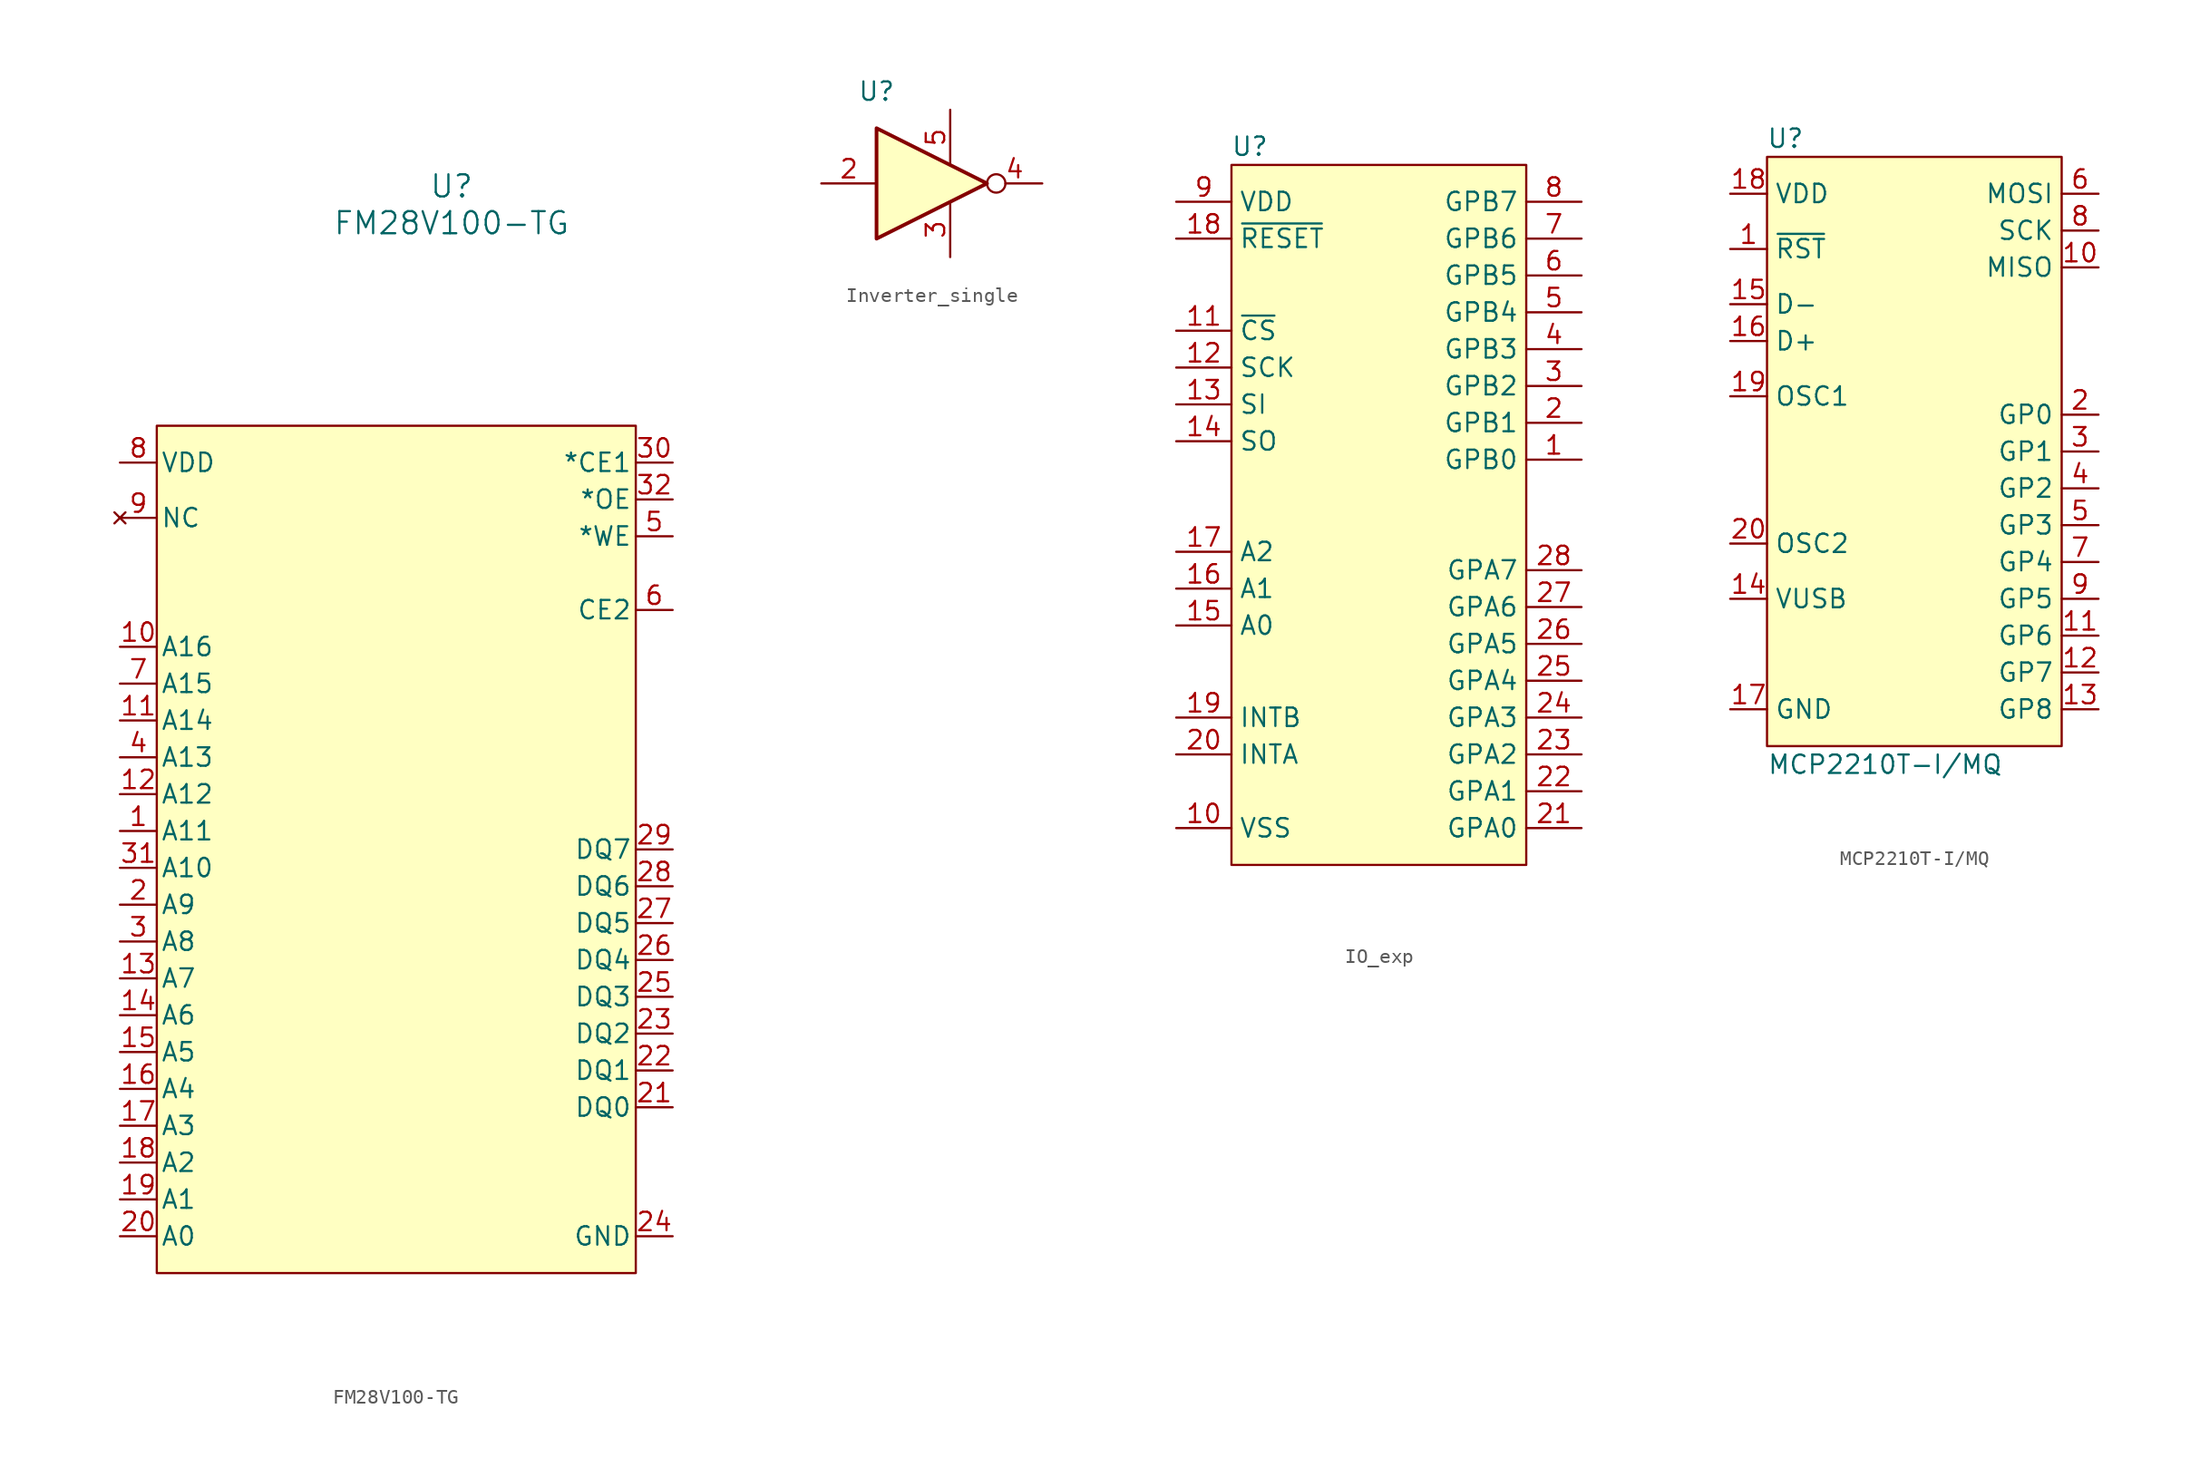
<source format=kicad_sym>
(kicad_symbol_lib
  (version 20220914)
  (generator kicad_symbol_editor)
  (symbol "FM28V100-TG"
    (pin_names
      (offset 0.254))
    (property "Reference" "U"
      (at 20.32 74.93 0)
      (effects (font (size 1.524 1.524))))
    (property "Value" "FM28V100-TG"
      (at 20.32 72.39 0)
      (effects (font (size 1.524 1.524))))
    (property "ki_locked" ""
      (at 0 0 0)
      (effects (font (size 1.27 1.27))))
    (symbol "FM28V100-TG_1_1"
      (rectangle (start 0 58.42) (end 33.02 0) (stroke (width 0) (type default)) (fill (type background)))
      (pin input line (at -2.54 30.48 0) (length 2.54) (name "A11" (effects (font (size 1.27 1.27)))) (number "1" (effects (font (size 1.27 1.27)))))
      (pin input line (at -2.54 43.18 0) (length 2.54) (name "A16" (effects (font (size 1.27 1.27)))) (number "10" (effects (font (size 1.27 1.27)))))
      (pin input line (at -2.54 38.1 0) (length 2.54) (name "A14" (effects (font (size 1.27 1.27)))) (number "11" (effects (font (size 1.27 1.27)))))
      (pin input line (at -2.54 33.02 0) (length 2.54) (name "A12" (effects (font (size 1.27 1.27)))) (number "12" (effects (font (size 1.27 1.27)))))
      (pin input line (at -2.54 20.32 0) (length 2.54) (name "A7" (effects (font (size 1.27 1.27)))) (number "13" (effects (font (size 1.27 1.27)))))
      (pin input line (at -2.54 17.78 0) (length 2.54) (name "A6" (effects (font (size 1.27 1.27)))) (number "14" (effects (font (size 1.27 1.27)))))
      (pin input line (at -2.54 15.24 0) (length 2.54) (name "A5" (effects (font (size 1.27 1.27)))) (number "15" (effects (font (size 1.27 1.27)))))
      (pin input line (at -2.54 12.7 0) (length 2.54) (name "A4" (effects (font (size 1.27 1.27)))) (number "16" (effects (font (size 1.27 1.27)))))
      (pin input line (at -2.54 10.16 0) (length 2.54) (name "A3" (effects (font (size 1.27 1.27)))) (number "17" (effects (font (size 1.27 1.27)))))
      (pin input line (at -2.54 7.62 0) (length 2.54) (name "A2" (effects (font (size 1.27 1.27)))) (number "18" (effects (font (size 1.27 1.27)))))
      (pin input line (at -2.54 5.08 0) (length 2.54) (name "A1" (effects (font (size 1.27 1.27)))) (number "19" (effects (font (size 1.27 1.27)))))
      (pin input line (at -2.54 25.4 0) (length 2.54) (name "A9" (effects (font (size 1.27 1.27)))) (number "2" (effects (font (size 1.27 1.27)))))
      (pin input line (at -2.54 2.54 0) (length 2.54) (name "A0" (effects (font (size 1.27 1.27)))) (number "20" (effects (font (size 1.27 1.27)))))
      (pin bidirectional line (at 35.56 11.43 180) (length 2.54) (name "DQ0" (effects (font (size 1.27 1.27)))) (number "21" (effects (font (size 1.27 1.27)))))
      (pin bidirectional line (at 35.56 13.97 180) (length 2.54) (name "DQ1" (effects (font (size 1.27 1.27)))) (number "22" (effects (font (size 1.27 1.27)))))
      (pin bidirectional line (at 35.56 16.51 180) (length 2.54) (name "DQ2" (effects (font (size 1.27 1.27)))) (number "23" (effects (font (size 1.27 1.27)))))
      (pin power_in line (at 35.56 2.54 180) (length 2.54) (name "GND" (effects (font (size 1.27 1.27)))) (number "24" (effects (font (size 1.27 1.27)))))
      (pin bidirectional line (at 35.56 19.05 180) (length 2.54) (name "DQ3" (effects (font (size 1.27 1.27)))) (number "25" (effects (font (size 1.27 1.27)))))
      (pin bidirectional line (at 35.56 21.59 180) (length 2.54) (name "DQ4" (effects (font (size 1.27 1.27)))) (number "26" (effects (font (size 1.27 1.27)))))
      (pin bidirectional line (at 35.56 24.13 180) (length 2.54) (name "DQ5" (effects (font (size 1.27 1.27)))) (number "27" (effects (font (size 1.27 1.27)))))
      (pin bidirectional line (at 35.56 26.67 180) (length 2.54) (name "DQ6" (effects (font (size 1.27 1.27)))) (number "28" (effects (font (size 1.27 1.27)))))
      (pin bidirectional line (at 35.56 29.21 180) (length 2.54) (name "DQ7" (effects (font (size 1.27 1.27)))) (number "29" (effects (font (size 1.27 1.27)))))
      (pin input line (at -2.54 22.86 0) (length 2.54) (name "A8" (effects (font (size 1.27 1.27)))) (number "3" (effects (font (size 1.27 1.27)))))
      (pin input line (at 35.56 55.88 180) (length 2.54) (name "*CE1" (effects (font (size 1.27 1.27)))) (number "30" (effects (font (size 1.27 1.27)))))
      (pin input line (at -2.54 27.94 0) (length 2.54) (name "A10" (effects (font (size 1.27 1.27)))) (number "31" (effects (font (size 1.27 1.27)))))
      (pin input line (at 35.56 53.34 180) (length 2.54) (name "*OE" (effects (font (size 1.27 1.27)))) (number "32" (effects (font (size 1.27 1.27)))))
      (pin input line (at -2.54 35.56 0) (length 2.54) (name "A13" (effects (font (size 1.27 1.27)))) (number "4" (effects (font (size 1.27 1.27)))))
      (pin input line (at 35.56 50.8 180) (length 2.54) (name "*WE" (effects (font (size 1.27 1.27)))) (number "5" (effects (font (size 1.27 1.27)))))
      (pin input line (at 35.56 45.72 180) (length 2.54) (name "CE2" (effects (font (size 1.27 1.27)))) (number "6" (effects (font (size 1.27 1.27)))))
      (pin input line (at -2.54 40.64 0) (length 2.54) (name "A15" (effects (font (size 1.27 1.27)))) (number "7" (effects (font (size 1.27 1.27)))))
      (pin power_in line (at -2.54 55.88 0) (length 2.54) (name "VDD" (effects (font (size 1.27 1.27)))) (number "8" (effects (font (size 1.27 1.27)))))
      (pin no_connect line (at -2.54 52.07 0) (length 2.54) (name "NC" (effects (font (size 1.27 1.27)))) (number "9" (effects (font (size 1.27 1.27)))))))
  (symbol "Inverter_single"
    (property "Reference" "U"
      (at 3.81 6.35 0)
      (effects (font (size 1.27 1.27))))
    (property "Value" ""
      (at 0 0 0)
      (effects (font (size 1.27 1.27))))
    (symbol "Inverter_single_1_0"
      (polyline (pts (xy 3.81 3.81) (xy 3.81 -3.81) (xy 11.43 0) (xy 3.81 3.81)) (stroke (width 0.254) (type default)) (fill (type background)))
      (pin no_connect line (at 6.35 6.35 270) (length 3.81) hide (name "~" (effects (font (size 1.27 1.27)))) (number "1" (effects (font (size 1.27 1.27)))))
      (pin input line (at 0 0 0) (length 3.81) (name "~" (effects (font (size 1.27 1.27)))) (number "2" (effects (font (size 1.27 1.27)))))
      (pin input line (at 8.89 -5.08 90) (length 3.81) (name "~" (effects (font (size 1.27 1.27)))) (number "3" (effects (font (size 1.27 1.27)))))
      (pin output inverted (at 15.24 0 180) (length 3.81) (name "~" (effects (font (size 1.27 1.27)))) (number "4" (effects (font (size 1.27 1.27)))))
      (pin input line (at 8.89 5.08 270) (length 3.81) (name "~" (effects (font (size 1.27 1.27)))) (number "5" (effects (font (size 1.27 1.27)))))))
  (symbol "IO_exp"
    (property "Reference" "U"
      (at 1.27 49.53 0)
      (effects (font (size 1.27 1.27))))
    (property "Value" ""
      (at 0 0 0)
      (effects (font (size 1.27 1.27))))
    (symbol "IO_exp_1_1"
      (rectangle (start 0 48.26) (end 20.32 0) (stroke (width 0) (type default)) (fill (type background)))
      (pin bidirectional line (at 24.13 27.94 180) (length 3.81) (name "GPB0" (effects (font (size 1.27 1.27)))) (number "1" (effects (font (size 1.27 1.27)))))
      (pin power_out line (at -3.81 2.54 0) (length 3.81) (name "VSS" (effects (font (size 1.27 1.27)))) (number "10" (effects (font (size 1.27 1.27)))))
      (pin input line (at -3.81 36.83 0) (length 3.81) (name "~{CS}" (effects (font (size 1.27 1.27)))) (number "11" (effects (font (size 1.27 1.27)))))
      (pin input line (at -3.81 34.29 0) (length 3.81) (name "SCK" (effects (font (size 1.27 1.27)))) (number "12" (effects (font (size 1.27 1.27)))))
      (pin input line (at -3.81 31.75 0) (length 3.81) (name "SI" (effects (font (size 1.27 1.27)))) (number "13" (effects (font (size 1.27 1.27)))))
      (pin output line (at -3.81 29.21 0) (length 3.81) (name "SO" (effects (font (size 1.27 1.27)))) (number "14" (effects (font (size 1.27 1.27)))))
      (pin input line (at -3.81 16.51 0) (length 3.81) (name "A0" (effects (font (size 1.27 1.27)))) (number "15" (effects (font (size 1.27 1.27)))))
      (pin input line (at -3.81 19.05 0) (length 3.81) (name "A1" (effects (font (size 1.27 1.27)))) (number "16" (effects (font (size 1.27 1.27)))))
      (pin input line (at -3.81 21.59 0) (length 3.81) (name "A2" (effects (font (size 1.27 1.27)))) (number "17" (effects (font (size 1.27 1.27)))))
      (pin input line (at -3.81 43.18 0) (length 3.81) (name "~{RESET}" (effects (font (size 1.27 1.27)))) (number "18" (effects (font (size 1.27 1.27)))))
      (pin output line (at -3.81 10.16 0) (length 3.81) (name "INTB" (effects (font (size 1.27 1.27)))) (number "19" (effects (font (size 1.27 1.27)))))
      (pin bidirectional line (at 24.13 30.48 180) (length 3.81) (name "GPB1" (effects (font (size 1.27 1.27)))) (number "2" (effects (font (size 1.27 1.27)))))
      (pin output line (at -3.81 7.62 0) (length 3.81) (name "INTA" (effects (font (size 1.27 1.27)))) (number "20" (effects (font (size 1.27 1.27)))))
      (pin bidirectional line (at 24.13 2.54 180) (length 3.81) (name "GPA0" (effects (font (size 1.27 1.27)))) (number "21" (effects (font (size 1.27 1.27)))))
      (pin bidirectional line (at 24.13 5.08 180) (length 3.81) (name "GPA1" (effects (font (size 1.27 1.27)))) (number "22" (effects (font (size 1.27 1.27)))))
      (pin bidirectional line (at 24.13 7.62 180) (length 3.81) (name "GPA2" (effects (font (size 1.27 1.27)))) (number "23" (effects (font (size 1.27 1.27)))))
      (pin bidirectional line (at 24.13 10.16 180) (length 3.81) (name "GPA3" (effects (font (size 1.27 1.27)))) (number "24" (effects (font (size 1.27 1.27)))))
      (pin bidirectional line (at 24.13 12.7 180) (length 3.81) (name "GPA4" (effects (font (size 1.27 1.27)))) (number "25" (effects (font (size 1.27 1.27)))))
      (pin bidirectional line (at 24.13 15.24 180) (length 3.81) (name "GPA5" (effects (font (size 1.27 1.27)))) (number "26" (effects (font (size 1.27 1.27)))))
      (pin bidirectional line (at 24.13 17.78 180) (length 3.81) (name "GPA6" (effects (font (size 1.27 1.27)))) (number "27" (effects (font (size 1.27 1.27)))))
      (pin bidirectional line (at 24.13 20.32 180) (length 3.81) (name "GPA7" (effects (font (size 1.27 1.27)))) (number "28" (effects (font (size 1.27 1.27)))))
      (pin bidirectional line (at 24.13 33.02 180) (length 3.81) (name "GPB2" (effects (font (size 1.27 1.27)))) (number "3" (effects (font (size 1.27 1.27)))))
      (pin bidirectional line (at 24.13 35.56 180) (length 3.81) (name "GPB3" (effects (font (size 1.27 1.27)))) (number "4" (effects (font (size 1.27 1.27)))))
      (pin bidirectional line (at 24.13 38.1 180) (length 3.81) (name "GPB4" (effects (font (size 1.27 1.27)))) (number "5" (effects (font (size 1.27 1.27)))))
      (pin bidirectional line (at 24.13 40.64 180) (length 3.81) (name "GPB5" (effects (font (size 1.27 1.27)))) (number "6" (effects (font (size 1.27 1.27)))))
      (pin bidirectional line (at 24.13 43.18 180) (length 3.81) (name "GPB6" (effects (font (size 1.27 1.27)))) (number "7" (effects (font (size 1.27 1.27)))))
      (pin bidirectional line (at 24.13 45.72 180) (length 3.81) (name "GPB7" (effects (font (size 1.27 1.27)))) (number "8" (effects (font (size 1.27 1.27)))))
      (pin power_in line (at -3.81 45.72 0) (length 3.81) (name "VDD" (effects (font (size 1.27 1.27)))) (number "9" (effects (font (size 1.27 1.27)))))))
  (symbol "MCP2210T-I/MQ"
    (property "Reference" "U"
      (at 1.27 41.91 0)
      (effects (font (size 1.27 1.27))))
    (property "Value" "MCP2210T-I/MQ"
      (at 0 -1.27 0)
      (effects (font (size 1.27 1.27)) (justify left)))
    (symbol "MCP2210T-I/MQ_1_1"
      (rectangle (start 0 40.64) (end 20.32 0) (stroke (width 0) (type default)) (fill (type background)))
      (pin input line (at -2.54 34.29 0) (length 2.54) (name "~{RST}" (effects (font (size 1.27 1.27)))) (number "1" (effects (font (size 1.27 1.27)))))
      (pin output line (at 22.86 33.02 180) (length 2.54) (name "MISO" (effects (font (size 1.27 1.27)))) (number "10" (effects (font (size 1.27 1.27)))))
      (pin bidirectional line (at 22.86 7.62 180) (length 2.54) (name "GP6" (effects (font (size 1.27 1.27)))) (number "11" (effects (font (size 1.27 1.27)))))
      (pin bidirectional line (at 22.86 5.08 180) (length 2.54) (name "GP7" (effects (font (size 1.27 1.27)))) (number "12" (effects (font (size 1.27 1.27)))))
      (pin bidirectional line (at 22.86 2.54 180) (length 2.54) (name "GP8" (effects (font (size 1.27 1.27)))) (number "13" (effects (font (size 1.27 1.27)))))
      (pin power_out line (at -2.54 10.16 0) (length 2.54) (name "VUSB" (effects (font (size 1.27 1.27)))) (number "14" (effects (font (size 1.27 1.27)))))
      (pin input line (at -2.54 30.48 0) (length 2.54) (name "D-" (effects (font (size 1.27 1.27)))) (number "15" (effects (font (size 1.27 1.27)))))
      (pin input line (at -2.54 27.94 0) (length 2.54) (name "D+" (effects (font (size 1.27 1.27)))) (number "16" (effects (font (size 1.27 1.27)))))
      (pin input line (at -2.54 2.54 0) (length 2.54) (name "GND" (effects (font (size 1.27 1.27)))) (number "17" (effects (font (size 1.27 1.27)))))
      (pin input line (at -2.54 38.1 0) (length 2.54) (name "VDD" (effects (font (size 1.27 1.27)))) (number "18" (effects (font (size 1.27 1.27)))))
      (pin input line (at -2.54 24.13 0) (length 2.54) (name "OSC1" (effects (font (size 1.27 1.27)))) (number "19" (effects (font (size 1.27 1.27)))))
      (pin bidirectional line (at 22.86 22.86 180) (length 2.54) (name "GP0" (effects (font (size 1.27 1.27)))) (number "2" (effects (font (size 1.27 1.27)))))
      (pin input line (at -2.54 13.97 0) (length 2.54) (name "OSC2" (effects (font (size 1.27 1.27)))) (number "20" (effects (font (size 1.27 1.27)))))
      (pin bidirectional line (at 22.86 20.32 180) (length 2.54) (name "GP1" (effects (font (size 1.27 1.27)))) (number "3" (effects (font (size 1.27 1.27)))))
      (pin bidirectional line (at 22.86 17.78 180) (length 2.54) (name "GP2" (effects (font (size 1.27 1.27)))) (number "4" (effects (font (size 1.27 1.27)))))
      (pin bidirectional line (at 22.86 15.24 180) (length 2.54) (name "GP3" (effects (font (size 1.27 1.27)))) (number "5" (effects (font (size 1.27 1.27)))))
      (pin output line (at 22.86 38.1 180) (length 2.54) (name "MOSI" (effects (font (size 1.27 1.27)))) (number "6" (effects (font (size 1.27 1.27)))))
      (pin bidirectional line (at 22.86 12.7 180) (length 2.54) (name "GP4" (effects (font (size 1.27 1.27)))) (number "7" (effects (font (size 1.27 1.27)))))
      (pin output line (at 22.86 35.56 180) (length 2.54) (name "SCK" (effects (font (size 1.27 1.27)))) (number "8" (effects (font (size 1.27 1.27)))))
      (pin bidirectional line (at 22.86 10.16 180) (length 2.54) (name "GP5" (effects (font (size 1.27 1.27)))) (number "9" (effects (font (size 1.27 1.27))))))))
</source>
